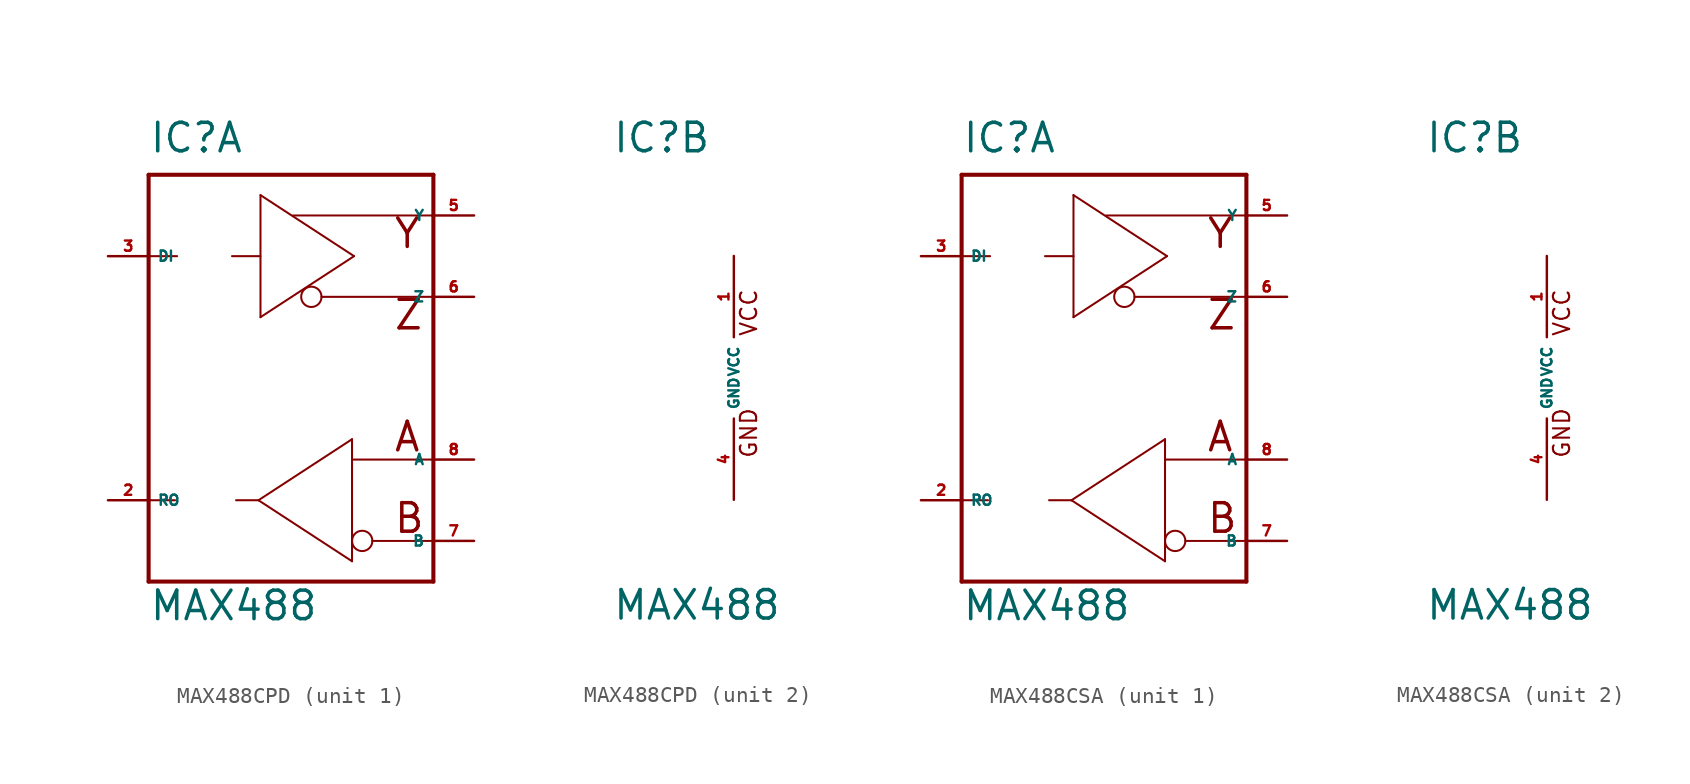
<source format=kicad_sym>
(kicad_symbol_lib
  (version 20220914)
  (generator Eagle2Kicad)
  (symbol "MAX488CPD"
    (property "Reference" "IC"
      (at -7.62 13.97 0)
      (effects (font (size 1.778 1.778) (thickness 0.22)) (justify left bottom)))
    (property "Value" "MAX488"
      (at -7.62 -15.24 0)
      (effects (font (size 1.778 1.778) (thickness 0.22)) (justify left bottom)))
    (symbol "MAX488CPD_1_0"
      (polyline (pts (xy -7.62 12.7) (xy 10.16 12.7)) (stroke (width 0.254) (type default)) (fill (type none)))
      (polyline (pts (xy 10.16 12.7) (xy 10.16 10.16)) (stroke (width 0.254) (type default)) (fill (type none)))
      (polyline (pts (xy 10.16 10.16) (xy 10.16 5.08)) (stroke (width 0.254) (type default)) (fill (type none)))
      (polyline (pts (xy 10.16 5.08) (xy 10.16 -5.08)) (stroke (width 0.254) (type default)) (fill (type none)))
      (polyline (pts (xy 10.16 -5.08) (xy 10.16 -12.7)) (stroke (width 0.254) (type default)) (fill (type none)))
      (polyline (pts (xy 10.16 -12.7) (xy -7.62 -12.7)) (stroke (width 0.254) (type default)) (fill (type none)))
      (polyline (pts (xy -7.62 -12.7) (xy -7.62 -7.62)) (stroke (width 0.254) (type default)) (fill (type none)))
      (polyline (pts (xy -7.62 -7.62) (xy -7.62 7.62)) (stroke (width 0.254) (type default)) (fill (type none)))
      (polyline (pts (xy -7.62 7.62) (xy -7.62 12.7)) (stroke (width 0.254) (type default)) (fill (type none)))
      (polyline (pts (xy 6.35 -10.16) (xy 10.033 -10.16)) (stroke (width 0.127) (type default)) (fill (type none)))
      (polyline (pts (xy 1.397 10.16) (xy 10.16 10.16)) (stroke (width 0.127) (type default)) (fill (type none)))
      (polyline (pts (xy 5.08 -5.08) (xy 10.16 -5.08)) (stroke (width 0.127) (type default)) (fill (type none)))
      (polyline (pts (xy 10.16 5.08) (xy 3.175 5.08)) (stroke (width 0.127) (type default)) (fill (type none)))
      (polyline (pts (xy -7.62 7.62) (xy -5.842 7.62)) (stroke (width 0.127) (type default)) (fill (type none)))
      (polyline (pts (xy -2.413 7.62) (xy -0.635 7.62)) (stroke (width 0.127) (type default)) (fill (type none)))
      (polyline (pts (xy -7.62 -7.62) (xy -5.969 -7.62)) (stroke (width 0.127) (type default)) (fill (type none)))
      (polyline (pts (xy -2.159 -7.62) (xy -0.762 -7.62)) (stroke (width 0.127) (type default)) (fill (type none)))
      (polyline (pts (xy 5.207 7.62) (xy -0.635 11.43)) (stroke (width 0.127) (type default)) (fill (type none)))
      (polyline (pts (xy -0.635 11.43) (xy -0.635 3.81)) (stroke (width 0.127) (type default)) (fill (type none)))
      (polyline (pts (xy -0.635 3.81) (xy 5.207 7.62)) (stroke (width 0.127) (type default)) (fill (type none)))
      (polyline (pts (xy 5.08 -11.43) (xy 5.08 -5.08)) (stroke (width 0.127) (type default)) (fill (type none)))
      (polyline (pts (xy 5.08 -5.08) (xy 5.08 -3.81)) (stroke (width 0.127) (type default)) (fill (type none)))
      (polyline (pts (xy 5.08 -3.81) (xy -0.762 -7.62)) (stroke (width 0.127) (type default)) (fill (type none)))
      (polyline (pts (xy -0.762 -7.62) (xy 5.08 -11.43)) (stroke (width 0.127) (type default)) (fill (type none)))
      (text "A" (at 7.62 -4.699 0) (effects (font (size 1.778 1.778) (thickness 0.22)) (justify left bottom)))
      (text "B" (at 7.62 -9.779 0) (effects (font (size 1.778 1.778) (thickness 0.22)) (justify left bottom)))
      (text "Y" (at 7.62 8.001 0) (effects (font (size 1.778 1.778) (thickness 0.22)) (justify left bottom)))
      (text "Z" (at 7.62 2.921 0) (effects (font (size 1.778 1.778) (thickness 0.22)) (justify left bottom)))
      (circle (center 2.54 5.08) (radius 0.635) (stroke (width 0.127) (type default)) (fill (type none)))
      (circle (center 5.715 -10.16) (radius 0.635) (stroke (width 0.127) (type default)) (fill (type none)))
      (pin input line (at -10.16 7.62 0) (length 2.54) (name "DI" (effects (font (size 0.635 0.635) (thickness 0.08)) (justify left bottom))) (number "3" (effects (font (size 0.635 0.635) (thickness 0.08)) (justify left bottom))))
      (pin output line (at -10.16 -7.62 0) (length 2.54) (name "RO" (effects (font (size 0.635 0.635) (thickness 0.08)) (justify left bottom))) (number "2" (effects (font (size 0.635 0.635) (thickness 0.08)) (justify left bottom))))
      (pin input line (at 12.7 -5.08 180) (length 2.54) (name "A" (effects (font (size 0.635 0.635) (thickness 0.08)) (justify left bottom))) (number "8" (effects (font (size 0.635 0.635) (thickness 0.08)) (justify left bottom))))
      (pin input line (at 12.7 -10.16 180) (length 2.54) (name "B" (effects (font (size 0.635 0.635) (thickness 0.08)) (justify left bottom))) (number "7" (effects (font (size 0.635 0.635) (thickness 0.08)) (justify left bottom))))
      (pin output line (at 12.7 10.16 180) (length 2.54) (name "Y" (effects (font (size 0.635 0.635) (thickness 0.08)) (justify left bottom))) (number "5" (effects (font (size 0.635 0.635) (thickness 0.08)) (justify left bottom))))
      (pin output line (at 12.7 5.08 180) (length 2.54) (name "Z" (effects (font (size 0.635 0.635) (thickness 0.08)) (justify left bottom))) (number "6" (effects (font (size 0.635 0.635) (thickness 0.08)) (justify left bottom)))))
    (symbol "MAX488CPD_2_0"
      (text "GND" (at 1.524 -5.08 900) (effects (font (size 1.016 1.016) (thickness 0.13)) (justify left bottom)))
      (text "VCC" (at 1.524 2.54 900) (effects (font (size 1.016 1.016) (thickness 0.13)) (justify left bottom)))
      (pin unspecified line (at 0 7.62 270) (length 5.08) (name "VCC" (effects (font (size 0.635 0.635) (thickness 0.08)) (justify left bottom))) (number "1" (effects (font (size 0.635 0.635) (thickness 0.08)) (justify left bottom))))
      (pin unspecified line (at 0 -7.62 90) (length 5.08) (name "GND" (effects (font (size 0.635 0.635) (thickness 0.08)) (justify left bottom))) (number "4" (effects (font (size 0.635 0.635) (thickness 0.08)) (justify left bottom))))))
  (symbol "MAX488CSA"
    (property "Reference" "IC"
      (at -7.62 13.97 0)
      (effects (font (size 1.778 1.778) (thickness 0.22)) (justify left bottom)))
    (property "Value" "MAX488"
      (at -7.62 -15.24 0)
      (effects (font (size 1.778 1.778) (thickness 0.22)) (justify left bottom)))
    (symbol "MAX488CSA_1_0"
      (polyline (pts (xy -7.62 12.7) (xy 10.16 12.7)) (stroke (width 0.254) (type default)) (fill (type none)))
      (polyline (pts (xy 10.16 12.7) (xy 10.16 10.16)) (stroke (width 0.254) (type default)) (fill (type none)))
      (polyline (pts (xy 10.16 10.16) (xy 10.16 5.08)) (stroke (width 0.254) (type default)) (fill (type none)))
      (polyline (pts (xy 10.16 5.08) (xy 10.16 -5.08)) (stroke (width 0.254) (type default)) (fill (type none)))
      (polyline (pts (xy 10.16 -5.08) (xy 10.16 -12.7)) (stroke (width 0.254) (type default)) (fill (type none)))
      (polyline (pts (xy 10.16 -12.7) (xy -7.62 -12.7)) (stroke (width 0.254) (type default)) (fill (type none)))
      (polyline (pts (xy -7.62 -12.7) (xy -7.62 -7.62)) (stroke (width 0.254) (type default)) (fill (type none)))
      (polyline (pts (xy -7.62 -7.62) (xy -7.62 7.62)) (stroke (width 0.254) (type default)) (fill (type none)))
      (polyline (pts (xy -7.62 7.62) (xy -7.62 12.7)) (stroke (width 0.254) (type default)) (fill (type none)))
      (polyline (pts (xy 6.35 -10.16) (xy 10.033 -10.16)) (stroke (width 0.127) (type default)) (fill (type none)))
      (polyline (pts (xy 1.397 10.16) (xy 10.16 10.16)) (stroke (width 0.127) (type default)) (fill (type none)))
      (polyline (pts (xy 5.08 -5.08) (xy 10.16 -5.08)) (stroke (width 0.127) (type default)) (fill (type none)))
      (polyline (pts (xy 10.16 5.08) (xy 3.175 5.08)) (stroke (width 0.127) (type default)) (fill (type none)))
      (polyline (pts (xy -7.62 7.62) (xy -5.842 7.62)) (stroke (width 0.127) (type default)) (fill (type none)))
      (polyline (pts (xy -2.413 7.62) (xy -0.635 7.62)) (stroke (width 0.127) (type default)) (fill (type none)))
      (polyline (pts (xy -7.62 -7.62) (xy -5.969 -7.62)) (stroke (width 0.127) (type default)) (fill (type none)))
      (polyline (pts (xy -2.159 -7.62) (xy -0.762 -7.62)) (stroke (width 0.127) (type default)) (fill (type none)))
      (polyline (pts (xy 5.207 7.62) (xy -0.635 11.43)) (stroke (width 0.127) (type default)) (fill (type none)))
      (polyline (pts (xy -0.635 11.43) (xy -0.635 3.81)) (stroke (width 0.127) (type default)) (fill (type none)))
      (polyline (pts (xy -0.635 3.81) (xy 5.207 7.62)) (stroke (width 0.127) (type default)) (fill (type none)))
      (polyline (pts (xy 5.08 -11.43) (xy 5.08 -5.08)) (stroke (width 0.127) (type default)) (fill (type none)))
      (polyline (pts (xy 5.08 -5.08) (xy 5.08 -3.81)) (stroke (width 0.127) (type default)) (fill (type none)))
      (polyline (pts (xy 5.08 -3.81) (xy -0.762 -7.62)) (stroke (width 0.127) (type default)) (fill (type none)))
      (polyline (pts (xy -0.762 -7.62) (xy 5.08 -11.43)) (stroke (width 0.127) (type default)) (fill (type none)))
      (text "A" (at 7.62 -4.699 0) (effects (font (size 1.778 1.778) (thickness 0.22)) (justify left bottom)))
      (text "B" (at 7.62 -9.779 0) (effects (font (size 1.778 1.778) (thickness 0.22)) (justify left bottom)))
      (text "Y" (at 7.62 8.001 0) (effects (font (size 1.778 1.778) (thickness 0.22)) (justify left bottom)))
      (text "Z" (at 7.62 2.921 0) (effects (font (size 1.778 1.778) (thickness 0.22)) (justify left bottom)))
      (circle (center 2.54 5.08) (radius 0.635) (stroke (width 0.127) (type default)) (fill (type none)))
      (circle (center 5.715 -10.16) (radius 0.635) (stroke (width 0.127) (type default)) (fill (type none)))
      (pin input line (at -10.16 7.62 0) (length 2.54) (name "DI" (effects (font (size 0.635 0.635) (thickness 0.08)) (justify left bottom))) (number "3" (effects (font (size 0.635 0.635) (thickness 0.08)) (justify left bottom))))
      (pin output line (at -10.16 -7.62 0) (length 2.54) (name "RO" (effects (font (size 0.635 0.635) (thickness 0.08)) (justify left bottom))) (number "2" (effects (font (size 0.635 0.635) (thickness 0.08)) (justify left bottom))))
      (pin input line (at 12.7 -5.08 180) (length 2.54) (name "A" (effects (font (size 0.635 0.635) (thickness 0.08)) (justify left bottom))) (number "8" (effects (font (size 0.635 0.635) (thickness 0.08)) (justify left bottom))))
      (pin input line (at 12.7 -10.16 180) (length 2.54) (name "B" (effects (font (size 0.635 0.635) (thickness 0.08)) (justify left bottom))) (number "7" (effects (font (size 0.635 0.635) (thickness 0.08)) (justify left bottom))))
      (pin output line (at 12.7 10.16 180) (length 2.54) (name "Y" (effects (font (size 0.635 0.635) (thickness 0.08)) (justify left bottom))) (number "5" (effects (font (size 0.635 0.635) (thickness 0.08)) (justify left bottom))))
      (pin output line (at 12.7 5.08 180) (length 2.54) (name "Z" (effects (font (size 0.635 0.635) (thickness 0.08)) (justify left bottom))) (number "6" (effects (font (size 0.635 0.635) (thickness 0.08)) (justify left bottom)))))
    (symbol "MAX488CSA_2_0"
      (text "GND" (at 1.524 -5.08 900) (effects (font (size 1.016 1.016) (thickness 0.13)) (justify left bottom)))
      (text "VCC" (at 1.524 2.54 900) (effects (font (size 1.016 1.016) (thickness 0.13)) (justify left bottom)))
      (pin unspecified line (at 0 7.62 270) (length 5.08) (name "VCC" (effects (font (size 0.635 0.635) (thickness 0.08)) (justify left bottom))) (number "1" (effects (font (size 0.635 0.635) (thickness 0.08)) (justify left bottom))))
      (pin unspecified line (at 0 -7.62 90) (length 5.08) (name "GND" (effects (font (size 0.635 0.635) (thickness 0.08)) (justify left bottom))) (number "4" (effects (font (size 0.635 0.635) (thickness 0.08)) (justify left bottom)))))))
</source>
